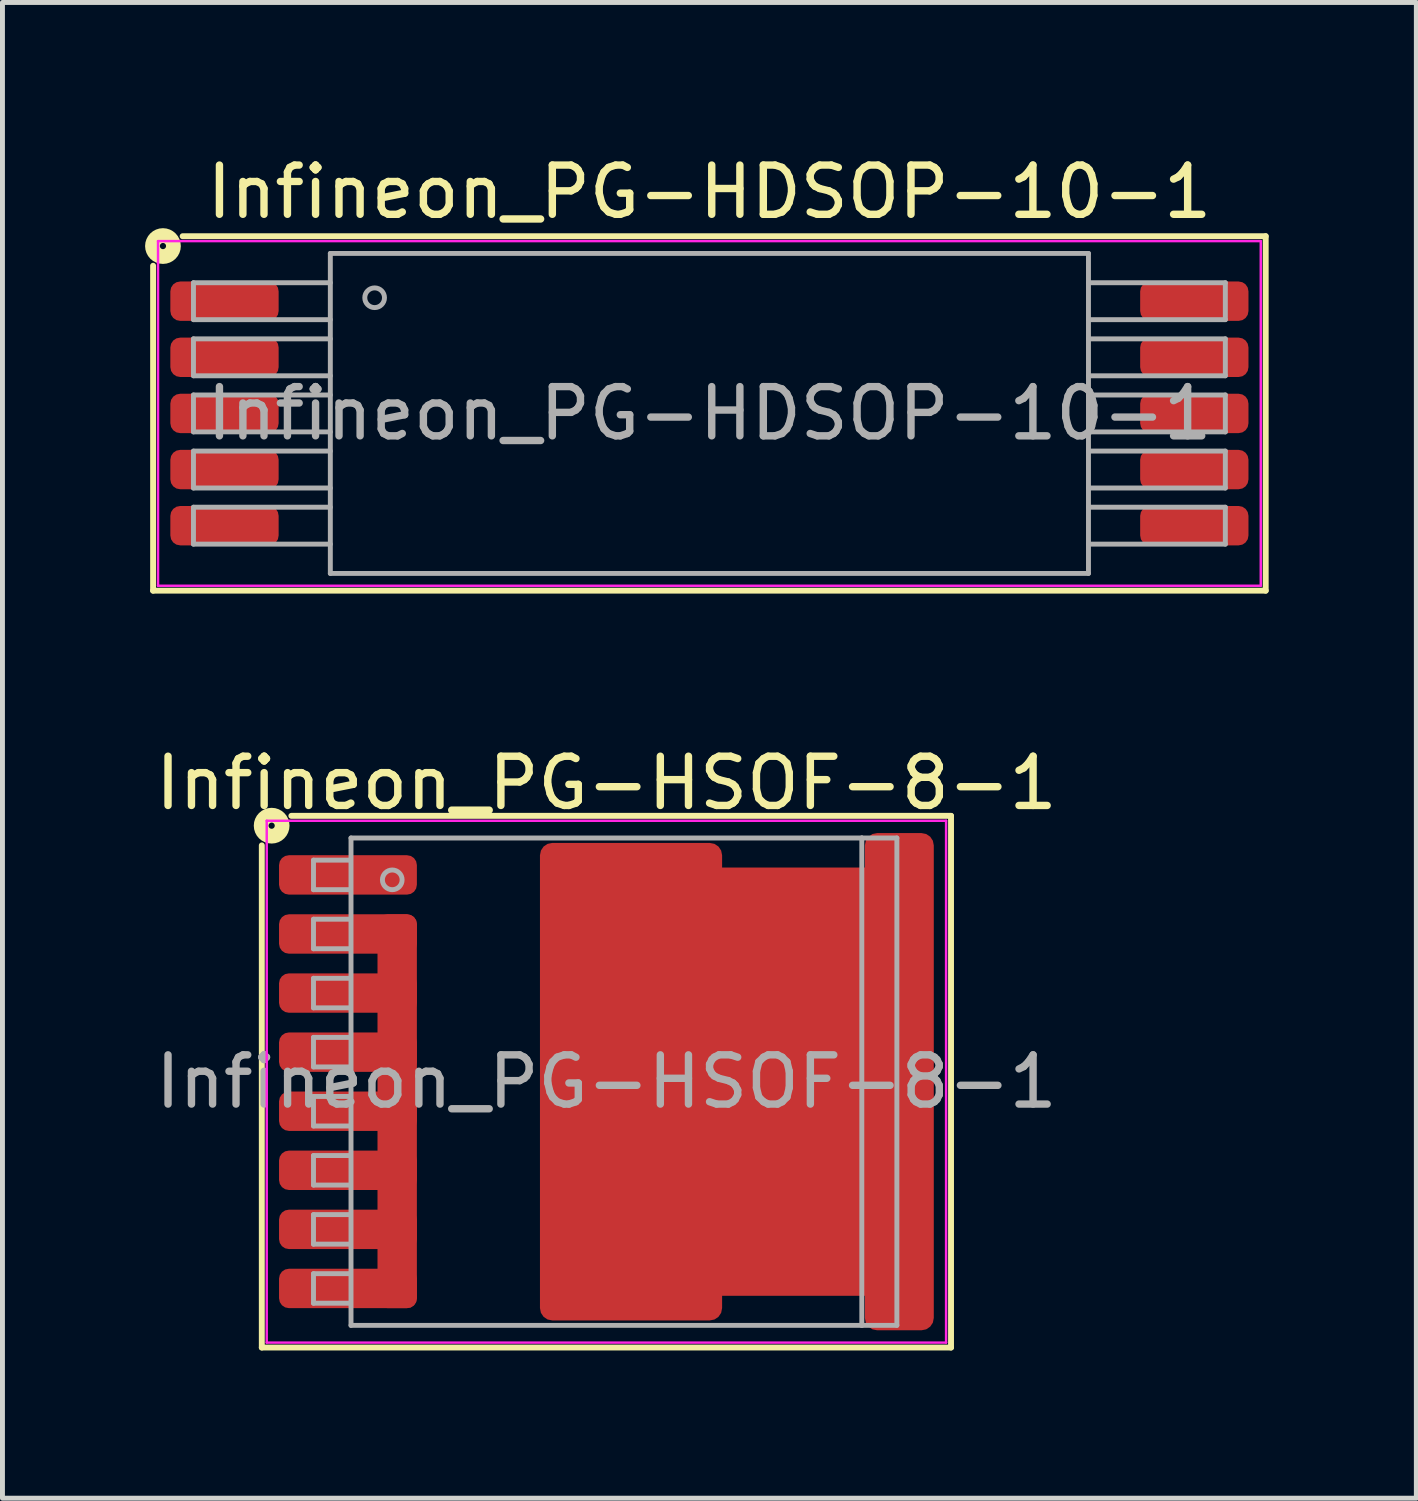
<source format=kicad_pcb>
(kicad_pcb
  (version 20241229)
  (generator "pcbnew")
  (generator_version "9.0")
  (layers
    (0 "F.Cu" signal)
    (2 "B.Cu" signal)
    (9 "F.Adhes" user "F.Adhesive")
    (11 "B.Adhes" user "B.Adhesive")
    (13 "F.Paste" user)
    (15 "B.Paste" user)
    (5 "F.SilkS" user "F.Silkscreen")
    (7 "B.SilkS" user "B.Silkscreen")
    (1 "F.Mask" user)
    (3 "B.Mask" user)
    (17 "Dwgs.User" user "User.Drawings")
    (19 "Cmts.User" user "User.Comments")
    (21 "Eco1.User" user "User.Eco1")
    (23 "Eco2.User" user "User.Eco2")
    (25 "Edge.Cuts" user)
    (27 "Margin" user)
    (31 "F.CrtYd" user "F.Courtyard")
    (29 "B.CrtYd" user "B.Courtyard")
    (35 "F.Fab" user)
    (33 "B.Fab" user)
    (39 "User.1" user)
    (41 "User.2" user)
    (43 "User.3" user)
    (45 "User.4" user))
  (footprint "Infineon_PG-HDSOP-10-1"
    (layer "F.Cu")
    (at 11.36 5.348)
    (property "Reference" "Infineon_PG-HDSOP-10-1" (at 0 -4.5 0) (layer "F.SilkS") (effects (font (size 1 1) (thickness 0.15))))
    (attr smd)
    (fp_line (start -11.3 -3) (end -11.3 3.6) (stroke (width 0.12) (type solid)) (layer "F.SilkS"))
    (fp_line (start -11.3 3.6) (end 11.3 3.6) (stroke (width 0.12) (type solid)) (layer "F.SilkS"))
    (fp_line (start 11.3 -3.6) (end -10.7 -3.6) (stroke (width 0.12) (type solid)) (layer "F.SilkS"))
    (fp_line (start 11.3 3.6) (end 11.3 -3.6) (stroke (width 0.12) (type solid)) (layer "F.SilkS"))
    (fp_circle (center -11.1 -3.4) (end -11.037 -3.4) (stroke (width 0.3) (type solid)) (fill no) (layer "F.SilkS"))
    (fp_line (start -11.2 -3.5) (end -11.2 3.5) (stroke (width 0.05) (type solid)) (layer "F.CrtYd"))
    (fp_line (start -11.2 -3.5) (end 11.2 -3.5) (stroke (width 0.05) (type solid)) (layer "F.CrtYd"))
    (fp_line (start -11.2 3.5) (end 11.2 3.5) (stroke (width 0.05) (type solid)) (layer "F.CrtYd"))
    (fp_line (start 11.2 -3.5) (end 11.2 3.5) (stroke (width 0.05) (type solid)) (layer "F.CrtYd"))
    (fp_line (start -10.48 -2.655) (end -10.48 -1.905) (stroke (width 0.1) (type solid)) (layer "F.Fab"))
    (fp_line (start -10.48 -1.905) (end -7.7 -1.905) (stroke (width 0.1) (type solid)) (layer "F.Fab"))
    (fp_line (start -10.48 -1.515) (end -10.48 -0.765) (stroke (width 0.1) (type solid)) (layer "F.Fab"))
    (fp_line (start -10.48 -0.765) (end -7.7 -0.765) (stroke (width 0.1) (type solid)) (layer "F.Fab"))
    (fp_line (start -10.48 -0.375) (end -10.48 0.375) (stroke (width 0.1) (type solid)) (layer "F.Fab"))
    (fp_line (start -10.48 0.375) (end -7.7 0.375) (stroke (width 0.1) (type solid)) (layer "F.Fab"))
    (fp_line (start -10.48 0.765) (end -10.48 1.515) (stroke (width 0.1) (type solid)) (layer "F.Fab"))
    (fp_line (start -10.48 1.515) (end -7.7 1.515) (stroke (width 0.1) (type solid)) (layer "F.Fab"))
    (fp_line (start -10.48 1.905) (end -10.48 2.655) (stroke (width 0.1) (type solid)) (layer "F.Fab"))
    (fp_line (start -10.48 2.655) (end -7.7 2.655) (stroke (width 0.1) (type solid)) (layer "F.Fab"))
    (fp_line (start -7.7 -3.25) (end 7.7 -3.25) (stroke (width 0.1) (type solid)) (layer "F.Fab"))
    (fp_line (start -7.7 -2.655) (end -10.48 -2.655) (stroke (width 0.1) (type solid)) (layer "F.Fab"))
    (fp_line (start -7.7 -1.515) (end -10.48 -1.515) (stroke (width 0.1) (type solid)) (layer "F.Fab"))
    (fp_line (start -7.7 -0.375) (end -10.48 -0.375) (stroke (width 0.1) (type solid)) (layer "F.Fab"))
    (fp_line (start -7.7 0.765) (end -10.48 0.765) (stroke (width 0.1) (type solid)) (layer "F.Fab"))
    (fp_line (start -7.7 1.905) (end -10.48 1.905) (stroke (width 0.1) (type solid)) (layer "F.Fab"))
    (fp_line (start -7.7 3.25) (end -7.7 -3.25) (stroke (width 0.1) (type solid)) (layer "F.Fab"))
    (fp_line (start -7.7 3.25) (end 7.7 3.25) (stroke (width 0.1) (type solid)) (layer "F.Fab"))
    (fp_line (start 7.7 -2.655) (end 10.48 -2.655) (stroke (width 0.1) (type solid)) (layer "F.Fab"))
    (fp_line (start 7.7 -1.515) (end 10.48 -1.515) (stroke (width 0.1) (type solid)) (layer "F.Fab"))
    (fp_line (start 7.7 -0.375) (end 10.48 -0.375) (stroke (width 0.1) (type solid)) (layer "F.Fab"))
    (fp_line (start 7.7 0.765) (end 10.48 0.765) (stroke (width 0.1) (type solid)) (layer "F.Fab"))
    (fp_line (start 7.7 1.905) (end 10.48 1.905) (stroke (width 0.1) (type solid)) (layer "F.Fab"))
    (fp_line (start 7.7 3.25) (end 7.7 -3.25) (stroke (width 0.1) (type solid)) (layer "F.Fab"))
    (fp_line (start 10.48 -2.655) (end 10.48 -1.905) (stroke (width 0.1) (type solid)) (layer "F.Fab"))
    (fp_line (start 10.48 -1.905) (end 7.7 -1.905) (stroke (width 0.1) (type solid)) (layer "F.Fab"))
    (fp_line (start 10.48 -1.515) (end 10.48 -0.765) (stroke (width 0.1) (type solid)) (layer "F.Fab"))
    (fp_line (start 10.48 -0.765) (end 7.7 -0.765) (stroke (width 0.1) (type solid)) (layer "F.Fab"))
    (fp_line (start 10.48 -0.375) (end 10.48 0.375) (stroke (width 0.1) (type solid)) (layer "F.Fab"))
    (fp_line (start 10.48 0.375) (end 7.7 0.375) (stroke (width 0.1) (type solid)) (layer "F.Fab"))
    (fp_line (start 10.48 0.765) (end 10.48 1.515) (stroke (width 0.1) (type solid)) (layer "F.Fab"))
    (fp_line (start 10.48 1.515) (end 7.7 1.515) (stroke (width 0.1) (type solid)) (layer "F.Fab"))
    (fp_line (start 10.48 1.905) (end 10.48 2.655) (stroke (width 0.1) (type solid)) (layer "F.Fab"))
    (fp_line (start 10.48 2.655) (end 7.7 2.655) (stroke (width 0.1) (type solid)) (layer "F.Fab"))
    (fp_circle (center -6.8 -2.35) (end -6.6 -2.35) (stroke (width 0.1) (type solid)) (fill no) (layer "F.Fab"))
    (fp_text user "${REFERENCE}" (at 0 0 0) (layer "F.Fab") (effects (font (size 1 1) (thickness 0.15))))
    (pad "1" smd roundrect (at -9.85 -2.28) (size 2.2 0.8) (layers "F.Cu" "F.Mask" "F.Paste") (roundrect_rratio 0.25))
    (pad "2" smd roundrect (at -9.85 -1.14) (size 2.2 0.8) (layers "F.Cu" "F.Mask" "F.Paste") (roundrect_rratio 0.25))
    (pad "3" smd roundrect (at -9.85 0) (size 2.2 0.8) (layers "F.Cu" "F.Mask" "F.Paste") (roundrect_rratio 0.25))
    (pad "4" smd roundrect (at -9.85 1.14) (size 2.2 0.8) (layers "F.Cu" "F.Mask" "F.Paste") (roundrect_rratio 0.25))
    (pad "5" smd roundrect (at -9.85 2.28) (size 2.2 0.8) (layers "F.Cu" "F.Mask" "F.Paste") (roundrect_rratio 0.25))
    (pad "6" smd roundrect (at 9.85 2.28) (size 2.2 0.8) (layers "F.Cu" "F.Mask" "F.Paste") (roundrect_rratio 0.25))
    (pad "7" smd roundrect (at 9.85 1.14) (size 2.2 0.8) (layers "F.Cu" "F.Mask" "F.Paste") (roundrect_rratio 0.25))
    (pad "8" smd roundrect (at 9.85 0) (size 2.2 0.8) (layers "F.Cu" "F.Mask" "F.Paste") (roundrect_rratio 0.25))
    (pad "9" smd roundrect (at 9.85 -1.14) (size 2.2 0.8) (layers "F.Cu" "F.Mask" "F.Paste") (roundrect_rratio 0.25))
    (pad "10" smd roundrect (at 9.85 -2.28) (size 2.2 0.8) (layers "F.Cu" "F.Mask" "F.Paste") (roundrect_rratio 0.25)))
  (footprint "Infineon_PG-HSOF-8-1"
    (layer "F.Cu")
    (at 9.268 18.922)
    (property "Reference" "Infineon_PG-HSOF-8-1" (at 0 -6.066 0) (layer "F.SilkS") (effects (font (size 1 1) (thickness 0.15))))
    (attr smd)
    (fp_line (start -7 -4.8) (end -7 5.4) (stroke (width 0.12) (type solid)) (layer "F.SilkS"))
    (fp_line (start -7 5.4) (end 7 5.4) (stroke (width 0.12) (type solid)) (layer "F.SilkS"))
    (fp_line (start 7 -5.4) (end -6.4 -5.4) (stroke (width 0.12) (type solid)) (layer "F.SilkS"))
    (fp_line (start 7 5.4) (end 7 -5.4) (stroke (width 0.12) (type solid)) (layer "F.SilkS"))
    (fp_circle (center -6.8 -5.2) (end -6.737 -5.2) (stroke (width 0.3) (type solid)) (fill no) (layer "F.SilkS"))
    (fp_line (start -6.9 5.3) (end -6.9 -5.3) (stroke (width 0.05) (type solid)) (layer "F.CrtYd"))
    (fp_line (start -6.9 5.3) (end 6.9 5.3) (stroke (width 0.05) (type solid)) (layer "F.CrtYd"))
    (fp_line (start 6.9 -5.3) (end -6.9 -5.3) (stroke (width 0.05) (type solid)) (layer "F.CrtYd"))
    (fp_line (start 6.9 -5.3) (end 6.9 5.3) (stroke (width 0.05) (type solid)) (layer "F.CrtYd"))
    (fp_line (start -5.95 -4.5) (end -5.95 -3.9) (stroke (width 0.1) (type solid)) (layer "F.Fab"))
    (fp_line (start -5.95 -4.5) (end -5.2 -4.5) (stroke (width 0.1) (type solid)) (layer "F.Fab"))
    (fp_line (start -5.95 -3.9) (end -5.2 -3.9) (stroke (width 0.1) (type solid)) (layer "F.Fab"))
    (fp_line (start -5.95 -3.3) (end -5.95 -2.7) (stroke (width 0.1) (type solid)) (layer "F.Fab"))
    (fp_line (start -5.95 -3.3) (end -5.2 -3.3) (stroke (width 0.1) (type solid)) (layer "F.Fab"))
    (fp_line (start -5.95 -2.7) (end -5.2 -2.7) (stroke (width 0.1) (type solid)) (layer "F.Fab"))
    (fp_line (start -5.95 -2.1) (end -5.95 -1.5) (stroke (width 0.1) (type solid)) (layer "F.Fab"))
    (fp_line (start -5.95 -2.1) (end -5.2 -2.1) (stroke (width 0.1) (type solid)) (layer "F.Fab"))
    (fp_line (start -5.95 -1.5) (end -5.2 -1.5) (stroke (width 0.1) (type solid)) (layer "F.Fab"))
    (fp_line (start -5.95 -0.9) (end -5.95 -0.3) (stroke (width 0.1) (type solid)) (layer "F.Fab"))
    (fp_line (start -5.95 -0.9) (end -5.2 -0.9) (stroke (width 0.1) (type solid)) (layer "F.Fab"))
    (fp_line (start -5.95 -0.3) (end -5.2 -0.3) (stroke (width 0.1) (type solid)) (layer "F.Fab"))
    (fp_line (start -5.95 0.3) (end -5.95 0.9) (stroke (width 0.1) (type solid)) (layer "F.Fab"))
    (fp_line (start -5.95 0.3) (end -5.2 0.3) (stroke (width 0.1) (type solid)) (layer "F.Fab"))
    (fp_line (start -5.95 0.9) (end -5.2 0.9) (stroke (width 0.1) (type solid)) (layer "F.Fab"))
    (fp_line (start -5.95 1.5) (end -5.95 2.1) (stroke (width 0.1) (type solid)) (layer "F.Fab"))
    (fp_line (start -5.95 1.5) (end -5.2 1.5) (stroke (width 0.1) (type solid)) (layer "F.Fab"))
    (fp_line (start -5.95 2.1) (end -5.2 2.1) (stroke (width 0.1) (type solid)) (layer "F.Fab"))
    (fp_line (start -5.95 2.7) (end -5.95 3.3) (stroke (width 0.1) (type solid)) (layer "F.Fab"))
    (fp_line (start -5.95 2.7) (end -5.2 2.7) (stroke (width 0.1) (type solid)) (layer "F.Fab"))
    (fp_line (start -5.95 3.3) (end -5.2 3.3) (stroke (width 0.1) (type solid)) (layer "F.Fab"))
    (fp_line (start -5.95 3.9) (end -5.95 4.5) (stroke (width 0.1) (type solid)) (layer "F.Fab"))
    (fp_line (start -5.95 3.9) (end -5.2 3.9) (stroke (width 0.1) (type solid)) (layer "F.Fab"))
    (fp_line (start -5.95 4.5) (end -5.2 4.5) (stroke (width 0.1) (type solid)) (layer "F.Fab"))
    (fp_line (start -5.188 -4.95) (end 5.188 -4.95) (stroke (width 0.1) (type solid)) (layer "F.Fab"))
    (fp_line (start -5.188 4.95) (end -5.188 -4.95) (stroke (width 0.1) (type solid)) (layer "F.Fab"))
    (fp_line (start 5.188 -4.95) (end 5.188 4.95) (stroke (width 0.1) (type solid)) (layer "F.Fab"))
    (fp_line (start 5.188 -4.95) (end 5.9 -4.95) (stroke (width 0.1) (type solid)) (layer "F.Fab"))
    (fp_line (start 5.188 4.95) (end -5.188 4.95) (stroke (width 0.1) (type solid)) (layer "F.Fab"))
    (fp_line (start 5.9 -4.95) (end 5.9 4.95) (stroke (width 0.1) (type solid)) (layer "F.Fab"))
    (fp_line (start 5.9 4.95) (end 5.188 4.95) (stroke (width 0.1) (type solid)) (layer "F.Fab"))
    (fp_circle (center -4.35 -4.1) (end -4.15 -4.1) (stroke (width 0.1) (type solid)) (fill no) (layer "F.Fab"))
    (fp_text user "${REFERENCE}" (at 0 0 0) (layer "F.Fab") (effects (font (size 1 1) (thickness 0.15))))
    (pad "" smd roundrect (at -0.4 -3.7 90) (size 1.7 1.5) (layers "F.Paste") (roundrect_rratio 0.25))
    (pad "" smd roundrect (at -0.4 -1.8 90) (size 1.5 1.5) (layers "F.Paste") (roundrect_rratio 0.25))
    (pad "" smd roundrect (at -0.4 0 90) (size 1.5 1.5) (layers "F.Paste") (roundrect_rratio 0.25))
    (pad "" smd roundrect (at -0.4 1.8 90) (size 1.5 1.5) (layers "F.Paste") (roundrect_rratio 0.25))
    (pad "" smd roundrect (at -0.4 3.7 90) (size 1.7 1.5) (layers "F.Paste") (roundrect_rratio 0.25))
    (pad "" smd roundrect (at 1.4 -3.7 90) (size 1.7 1.5) (layers "F.Paste") (roundrect_rratio 0.25))
    (pad "" smd roundrect (at 1.4 -1.8 90) (size 1.5 1.5) (layers "F.Paste") (roundrect_rratio 0.25))
    (pad "" smd roundrect (at 1.4 0 90) (size 1.5 1.5) (layers "F.Paste") (roundrect_rratio 0.25))
    (pad "" smd roundrect (at 1.4 1.8 90) (size 1.5 1.5) (layers "F.Paste") (roundrect_rratio 0.25))
    (pad "" smd roundrect (at 1.4 3.7 90) (size 1.7 1.5) (layers "F.Paste") (roundrect_rratio 0.25))
    (pad "" smd roundrect (at 3.2 -3.5 90) (size 1.3 1.5) (layers "F.Paste") (roundrect_rratio 0.25))
    (pad "" smd roundrect (at 3.2 -1.8 90) (size 1.5 1.5) (layers "F.Paste") (roundrect_rratio 0.25))
    (pad "" smd roundrect (at 3.2 0 90) (size 1.5 1.5) (layers "F.Paste") (roundrect_rratio 0.25))
    (pad "" smd roundrect (at 3.2 1.8 90) (size 1.5 1.5) (layers "F.Paste") (roundrect_rratio 0.25))
    (pad "" smd roundrect (at 3.2 3.5 90) (size 1.3 1.5) (layers "F.Paste") (roundrect_rratio 0.25))
    (pad "" smd roundrect (at 5.2 -3.5 90) (size 1.3 1.9) (layers "F.Paste") (roundrect_rratio 0.25))
    (pad "" smd roundrect (at 5.2 -1.8 90) (size 1.5 1.9) (layers "F.Paste") (roundrect_rratio 0.25))
    (pad "" smd roundrect (at 5.2 0 90) (size 1.5 1.9) (layers "F.Paste") (roundrect_rratio 0.25))
    (pad "" smd roundrect (at 5.2 1.8 90) (size 1.5 1.9) (layers "F.Paste") (roundrect_rratio 0.25))
    (pad "" smd roundrect (at 5.2 3.5 90) (size 1.3 1.9) (layers "F.Paste") (roundrect_rratio 0.25))
    (pad "" smd roundrect (at 5.8 -4.6 90) (size 0.5 0.8) (layers "F.Paste") (roundrect_rratio 0.25))
    (pad "" smd roundrect (at 5.8 4.6 90) (size 0.5 0.8) (layers "F.Paste") (roundrect_rratio 0.25))
    (pad "1" smd roundrect (at -5.25 -4.2) (size 2.8 0.8) (layers "F.Cu" "F.Mask" "F.Paste") (roundrect_rratio 0.25))
    (pad "2" smd roundrect (at -5.25 -3) (size 2.8 0.8) (layers "F.Cu" "F.Mask" "F.Paste") (roundrect_rratio 0.25))
    (pad "2" smd roundrect (at -5.25 -1.8) (size 2.8 0.8) (layers "F.Cu" "F.Mask" "F.Paste") (roundrect_rratio 0.25))
    (pad "2" smd roundrect (at -5.25 -0.6) (size 2.8 0.8) (layers "F.Cu" "F.Mask" "F.Paste") (roundrect_rratio 0.25))
    (pad "2" smd roundrect (at -5.25 0.6) (size 2.8 0.8) (layers "F.Cu" "F.Mask" "F.Paste") (roundrect_rratio 0.25))
    (pad "2" smd roundrect (at -5.25 1.8) (size 2.8 0.8) (layers "F.Cu" "F.Mask" "F.Paste") (roundrect_rratio 0.25))
    (pad "2" smd roundrect (at -5.25 3) (size 2.8 0.8) (layers "F.Cu" "F.Mask" "F.Paste") (roundrect_rratio 0.25))
    (pad "2" smd roundrect (at -5.25 4.2) (size 2.8 0.8) (layers "F.Cu" "F.Mask" "F.Paste") (roundrect_rratio 0.25))
    (pad "2" smd roundrect (at -4.25 0.6 90) (size 8 0.8) (layers "F.Cu" "F.Mask") (roundrect_rratio 0.25))
    (pad "3" smd roundrect (at 0.5 0 90) (size 9.7 3.7) (layers "F.Cu" "F.Mask") (roundrect_rratio 0.068))
    (pad "3" smd roundrect (at 3.8 0 90) (size 8.7 4) (layers "F.Cu" "F.Mask") (roundrect_rratio 0.05))
    (pad "3" smd roundrect (at 5.95 0 90) (size 10.1 1.4) (layers "F.Cu" "F.Mask") (roundrect_rratio 0.179)))
  (gr_rect
    (start -3 -3)
    (end 25.72 27.383)
    (stroke (width 0.1) (type default))
    (fill no)
    (layer "Edge.Cuts")))
</source>
